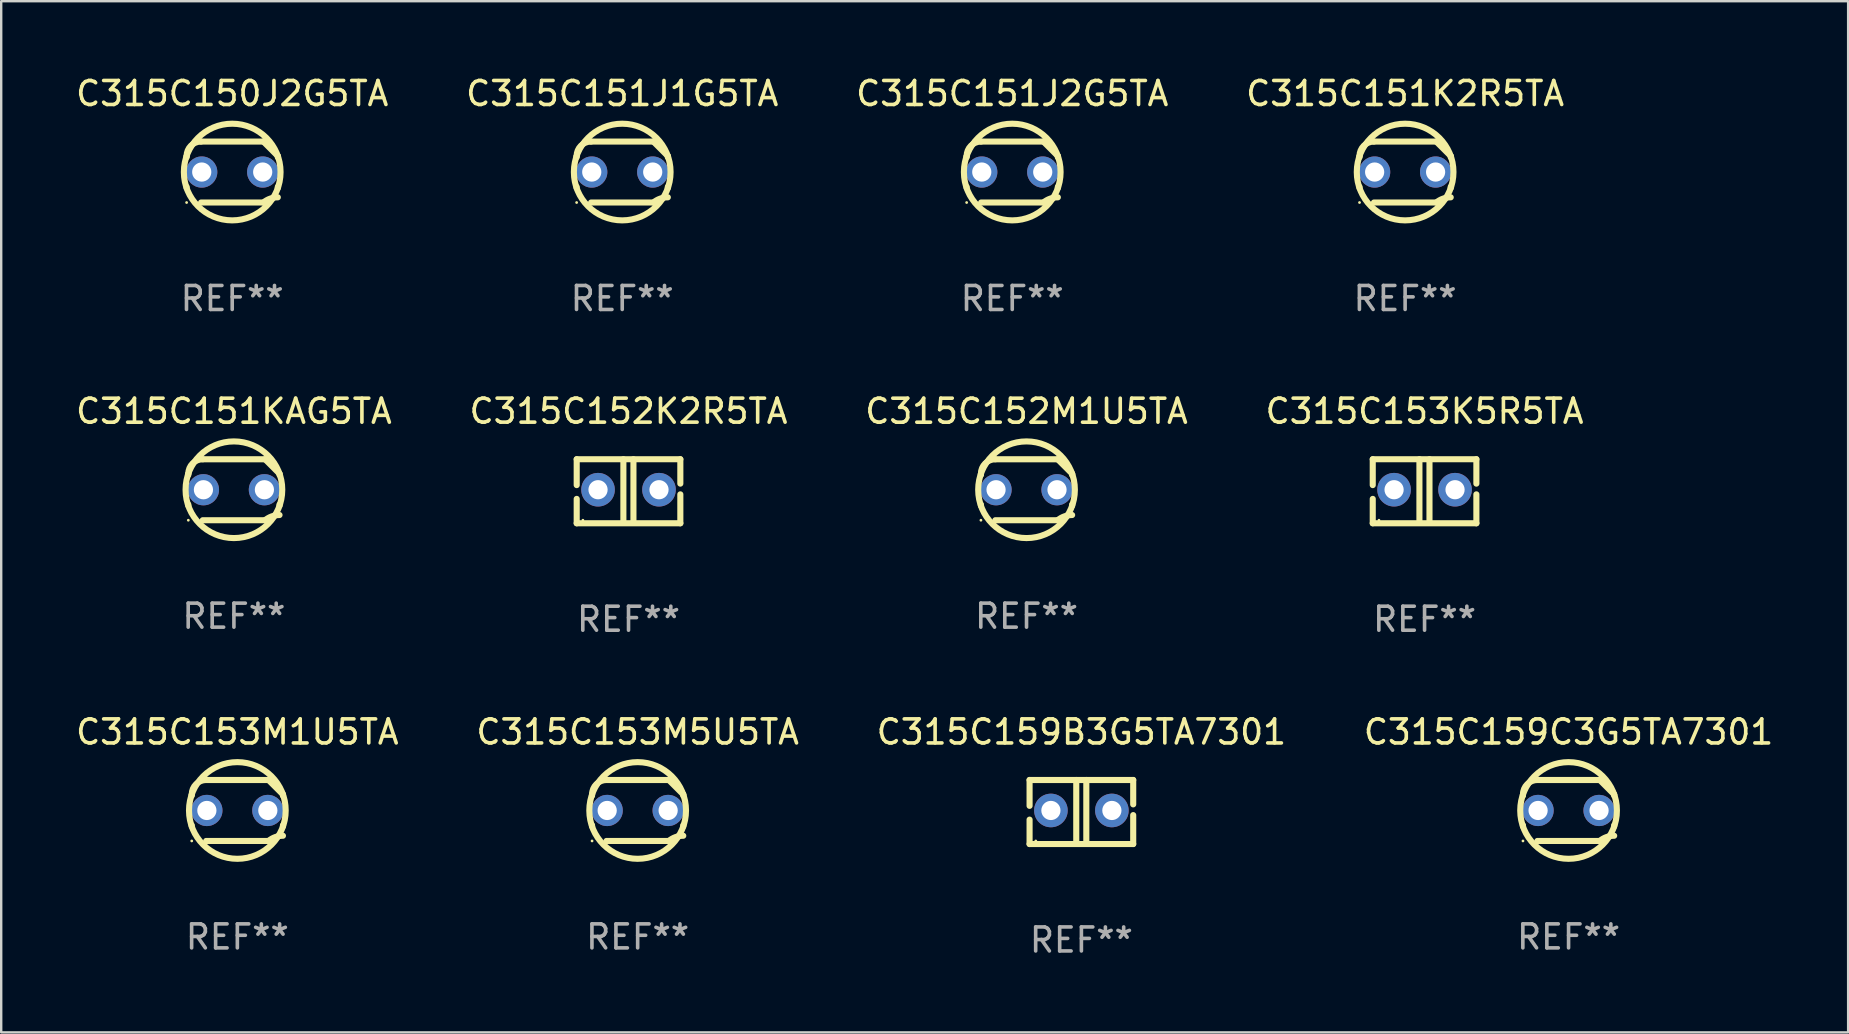
<source format=kicad_pcb>
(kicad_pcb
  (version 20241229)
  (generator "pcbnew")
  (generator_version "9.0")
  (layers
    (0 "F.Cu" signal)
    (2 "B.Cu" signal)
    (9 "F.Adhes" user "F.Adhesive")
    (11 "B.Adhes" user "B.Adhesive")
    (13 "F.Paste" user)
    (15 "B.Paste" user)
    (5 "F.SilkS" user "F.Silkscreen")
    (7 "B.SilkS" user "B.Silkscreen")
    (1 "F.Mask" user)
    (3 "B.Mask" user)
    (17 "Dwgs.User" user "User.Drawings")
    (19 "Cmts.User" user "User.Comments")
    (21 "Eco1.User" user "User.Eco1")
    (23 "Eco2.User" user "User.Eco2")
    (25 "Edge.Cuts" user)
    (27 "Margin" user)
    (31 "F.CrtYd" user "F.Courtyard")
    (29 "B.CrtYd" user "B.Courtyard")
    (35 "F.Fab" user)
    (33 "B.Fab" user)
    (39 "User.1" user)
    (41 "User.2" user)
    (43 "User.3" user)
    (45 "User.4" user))
  (footprint "C315C152K2R5TA"
    (layer "F.Cu")
    (at 23.137 17.418)
    (property "Reference" "C315C152K2R5TA" (at 0 -3.334 0) (layer "F.SilkS") (effects (font (size 1 1) (thickness 0.15))))
    (attr through_hole)
    (fp_line (start -2.159 -1.334) (end 2.159 -1.334) (stroke (width 0.254) (type solid)) (layer "F.SilkS"))
    (fp_line (start -2.159 -0.256) (end -2.159 -1.334) (stroke (width 0.254) (type solid)) (layer "F.SilkS"))
    (fp_line (start -2.159 1.334) (end -2.159 0.318) (stroke (width 0.254) (type solid)) (layer "F.SilkS"))
    (fp_line (start -0.214 -1.334) (end -0.214 1.207) (stroke (width 0.254) (type solid)) (layer "F.SilkS"))
    (fp_line (start 0.205 -1.334) (end 0.205 1.207) (stroke (width 0.254) (type solid)) (layer "F.SilkS"))
    (fp_line (start 2.159 -1.334) (end 2.159 -0.318) (stroke (width 0.254) (type solid)) (layer "F.SilkS"))
    (fp_line (start 2.159 0.129) (end 2.159 1.334) (stroke (width 0.254) (type solid)) (layer "F.SilkS"))
    (fp_line (start 2.159 1.334) (end -2.159 1.334) (stroke (width 0.254) (type solid)) (layer "F.SilkS"))
    (fp_circle (center -1.9 1.207) (end -1.87 1.207) (stroke (width 0.06) (type solid)) (fill no) (layer "F.SilkS"))
    (fp_text user "REF**" (at 0 5.334 0) (layer "F.Fab") (effects (font (size 1 1) (thickness 0.15))))
    (pad "1" thru_hole circle (at -1.27 -0.064) (size 1.4 1.4) (drill 0.8) (layers "*.Cu" "*.Mask"))
    (pad "2" thru_hole circle (at 1.27 -0.064) (size 1.4 1.4) (drill 0.8) (layers "*.Cu" "*.Mask")))
  (footprint "C315C152M1U5TA"
    (layer "F.Cu")
    (at 39.72 17.355)
    (property "Reference" "C315C152M1U5TA" (at 0 -3.27 0) (layer "F.SilkS") (effects (font (size 1 1) (thickness 0.15))))
    (attr through_hole)
    (fp_line (start -1.9 -0.615) (end -1.9 -0.668) (stroke (width 0.254) (type solid)) (layer "F.SilkS"))
    (fp_line (start -1.9 0.668) (end -1.9 0.615) (stroke (width 0.254) (type solid)) (layer "F.SilkS"))
    (fp_line (start -1.298 1.27) (end 1.298 1.27) (stroke (width 0.254) (type solid)) (layer "F.SilkS"))
    (fp_line (start -1.298 -1.27) (end 1.298 -1.27) (stroke (width 0.254) (type solid)) (layer "F.SilkS"))
    (fp_line (start 1.9 -0.668) (end 1.9 -0.615) (stroke (width 0.254) (type solid)) (layer "F.SilkS"))
    (fp_line (start 1.9 0.615) (end 1.9 0.668) (stroke (width 0.254) (type solid)) (layer "F.SilkS"))
    (fp_arc (start -1.900025 0.667602) (mid 1.900003 -0.66758) (end -1.900025 0.667602) (stroke (width 0.254001) (type solid)) (layer "F.SilkS"))
    (fp_arc (start -1.9 -0.667602) (mid -1.723557 -1.093572) (end -1.297587 -1.270015) (stroke (width 0.254001) (type solid)) (layer "F.SilkS"))
    (fp_arc (start 1.297587 1.26999) (mid 1.579878 1.109027) (end 1.9 1.053172) (stroke (width 0.254001) (type solid)) (layer "F.SilkS"))
    (fp_arc (start 1.297611 -1.270042) (mid 1.598991 -0.969008) (end 1.900025 -0.667628) (stroke (width 0.254001) (type solid)) (layer "F.SilkS"))
    (fp_circle (center -1.9 1.27) (end -1.87 1.27) (stroke (width 0.06) (type solid)) (fill no) (layer "F.SilkS"))
    (fp_text user "REF**" (at 0 5.27 0) (layer "F.Fab") (effects (font (size 1 1) (thickness 0.15))))
    (pad "1" thru_hole circle (at -1.27 -0.000013) (size 1.3 1.3) (drill 0.8) (layers "*.Cu" "*.Mask"))
    (pad "2" thru_hole circle (at 1.27 -0.000013) (size 1.3 1.3) (drill 0.8) (layers "*.Cu" "*.Mask")))
  (footprint "C315C151J2G5TA"
    (layer "F.Cu")
    (at 39.125 4.118)
    (property "Reference" "C315C151J2G5TA" (at 0 -3.27 0) (layer "F.SilkS") (effects (font (size 1 1) (thickness 0.15))))
    (attr through_hole)
    (fp_line (start -1.9 -0.615) (end -1.9 -0.668) (stroke (width 0.254) (type solid)) (layer "F.SilkS"))
    (fp_line (start -1.9 0.668) (end -1.9 0.615) (stroke (width 0.254) (type solid)) (layer "F.SilkS"))
    (fp_line (start -1.298 1.27) (end 1.298 1.27) (stroke (width 0.254) (type solid)) (layer "F.SilkS"))
    (fp_line (start -1.298 -1.27) (end 1.298 -1.27) (stroke (width 0.254) (type solid)) (layer "F.SilkS"))
    (fp_line (start 1.9 -0.668) (end 1.9 -0.615) (stroke (width 0.254) (type solid)) (layer "F.SilkS"))
    (fp_line (start 1.9 0.615) (end 1.9 0.668) (stroke (width 0.254) (type solid)) (layer "F.SilkS"))
    (fp_arc (start -1.900025 0.667602) (mid 1.900003 -0.66758) (end -1.900025 0.667602) (stroke (width 0.254001) (type solid)) (layer "F.SilkS"))
    (fp_arc (start -1.9 -0.667602) (mid -1.723557 -1.093572) (end -1.297587 -1.270015) (stroke (width 0.254001) (type solid)) (layer "F.SilkS"))
    (fp_arc (start 1.297587 1.26999) (mid 1.579878 1.109027) (end 1.9 1.053172) (stroke (width 0.254001) (type solid)) (layer "F.SilkS"))
    (fp_arc (start 1.297611 -1.270042) (mid 1.598991 -0.969008) (end 1.900025 -0.667628) (stroke (width 0.254001) (type solid)) (layer "F.SilkS"))
    (fp_circle (center -1.9 1.27) (end -1.87 1.27) (stroke (width 0.06) (type solid)) (fill no) (layer "F.SilkS"))
    (fp_text user "REF**" (at 0 5.27 0) (layer "F.Fab") (effects (font (size 1 1) (thickness 0.15))))
    (pad "1" thru_hole circle (at -1.27 -0.000013) (size 1.3 1.3) (drill 0.8) (layers "*.Cu" "*.Mask"))
    (pad "2" thru_hole circle (at 1.27 -0.000013) (size 1.3 1.3) (drill 0.8) (layers "*.Cu" "*.Mask")))
  (footprint "C315C151KAG5TA"
    (layer "F.Cu")
    (at 6.696 17.355)
    (property "Reference" "C315C151KAG5TA" (at 0 -3.27 0) (layer "F.SilkS") (effects (font (size 1 1) (thickness 0.15))))
    (attr through_hole)
    (fp_line (start -1.9 -0.615) (end -1.9 -0.668) (stroke (width 0.254) (type solid)) (layer "F.SilkS"))
    (fp_line (start -1.9 0.668) (end -1.9 0.615) (stroke (width 0.254) (type solid)) (layer "F.SilkS"))
    (fp_line (start -1.298 1.27) (end 1.298 1.27) (stroke (width 0.254) (type solid)) (layer "F.SilkS"))
    (fp_line (start -1.298 -1.27) (end 1.298 -1.27) (stroke (width 0.254) (type solid)) (layer "F.SilkS"))
    (fp_line (start 1.9 -0.668) (end 1.9 -0.615) (stroke (width 0.254) (type solid)) (layer "F.SilkS"))
    (fp_line (start 1.9 0.615) (end 1.9 0.668) (stroke (width 0.254) (type solid)) (layer "F.SilkS"))
    (fp_arc (start -1.900025 0.667602) (mid 1.900003 -0.66758) (end -1.900025 0.667602) (stroke (width 0.254001) (type solid)) (layer "F.SilkS"))
    (fp_arc (start -1.9 -0.667602) (mid -1.723557 -1.093572) (end -1.297587 -1.270015) (stroke (width 0.254001) (type solid)) (layer "F.SilkS"))
    (fp_arc (start 1.297587 1.26999) (mid 1.579878 1.109027) (end 1.9 1.053172) (stroke (width 0.254001) (type solid)) (layer "F.SilkS"))
    (fp_arc (start 1.297611 -1.270042) (mid 1.598991 -0.969008) (end 1.900025 -0.667628) (stroke (width 0.254001) (type solid)) (layer "F.SilkS"))
    (fp_circle (center -1.9 1.27) (end -1.87 1.27) (stroke (width 0.06) (type solid)) (fill no) (layer "F.SilkS"))
    (fp_text user "REF**" (at 0 5.27 0) (layer "F.Fab") (effects (font (size 1 1) (thickness 0.15))))
    (pad "1" thru_hole circle (at -1.27 -0.000013) (size 1.3 1.3) (drill 0.8) (layers "*.Cu" "*.Mask"))
    (pad "2" thru_hole circle (at 1.27 -0.000013) (size 1.3 1.3) (drill 0.8) (layers "*.Cu" "*.Mask")))
  (footprint "C315C150J2G5TA"
    (layer "F.Cu")
    (at 6.625 4.118)
    (property "Reference" "C315C150J2G5TA" (at 0 -3.27 0) (layer "F.SilkS") (effects (font (size 1 1) (thickness 0.15))))
    (attr through_hole)
    (fp_line (start -1.9 -0.615) (end -1.9 -0.668) (stroke (width 0.254) (type solid)) (layer "F.SilkS"))
    (fp_line (start -1.9 0.668) (end -1.9 0.615) (stroke (width 0.254) (type solid)) (layer "F.SilkS"))
    (fp_line (start -1.298 1.27) (end 1.298 1.27) (stroke (width 0.254) (type solid)) (layer "F.SilkS"))
    (fp_line (start -1.298 -1.27) (end 1.298 -1.27) (stroke (width 0.254) (type solid)) (layer "F.SilkS"))
    (fp_line (start 1.9 -0.668) (end 1.9 -0.615) (stroke (width 0.254) (type solid)) (layer "F.SilkS"))
    (fp_line (start 1.9 0.615) (end 1.9 0.668) (stroke (width 0.254) (type solid)) (layer "F.SilkS"))
    (fp_arc (start -1.900025 0.667602) (mid 1.900003 -0.66758) (end -1.900025 0.667602) (stroke (width 0.254001) (type solid)) (layer "F.SilkS"))
    (fp_arc (start -1.9 -0.667602) (mid -1.723557 -1.093572) (end -1.297587 -1.270015) (stroke (width 0.254001) (type solid)) (layer "F.SilkS"))
    (fp_arc (start 1.297587 1.26999) (mid 1.579878 1.109027) (end 1.9 1.053172) (stroke (width 0.254001) (type solid)) (layer "F.SilkS"))
    (fp_arc (start 1.297611 -1.270042) (mid 1.598991 -0.969008) (end 1.900025 -0.667628) (stroke (width 0.254001) (type solid)) (layer "F.SilkS"))
    (fp_circle (center -1.9 1.27) (end -1.87 1.27) (stroke (width 0.06) (type solid)) (fill no) (layer "F.SilkS"))
    (fp_text user "REF**" (at 0 5.27 0) (layer "F.Fab") (effects (font (size 1 1) (thickness 0.15))))
    (pad "1" thru_hole circle (at -1.27 -0.000013) (size 1.3 1.3) (drill 0.8) (layers "*.Cu" "*.Mask"))
    (pad "2" thru_hole circle (at 1.27 -0.000013) (size 1.3 1.3) (drill 0.8) (layers "*.Cu" "*.Mask")))
  (footprint "C315C153K5R5TA"
    (layer "F.Cu")
    (at 56.304 17.418)
    (property "Reference" "C315C153K5R5TA" (at 0 -3.334 0) (layer "F.SilkS") (effects (font (size 1 1) (thickness 0.15))))
    (attr through_hole)
    (fp_line (start -2.159 -1.334) (end 2.159 -1.334) (stroke (width 0.254) (type solid)) (layer "F.SilkS"))
    (fp_line (start -2.159 -0.256) (end -2.159 -1.334) (stroke (width 0.254) (type solid)) (layer "F.SilkS"))
    (fp_line (start -2.159 1.334) (end -2.159 0.318) (stroke (width 0.254) (type solid)) (layer "F.SilkS"))
    (fp_line (start -0.214 -1.334) (end -0.214 1.207) (stroke (width 0.254) (type solid)) (layer "F.SilkS"))
    (fp_line (start 0.205 -1.334) (end 0.205 1.207) (stroke (width 0.254) (type solid)) (layer "F.SilkS"))
    (fp_line (start 2.159 -1.334) (end 2.159 -0.318) (stroke (width 0.254) (type solid)) (layer "F.SilkS"))
    (fp_line (start 2.159 0.129) (end 2.159 1.334) (stroke (width 0.254) (type solid)) (layer "F.SilkS"))
    (fp_line (start 2.159 1.334) (end -2.159 1.334) (stroke (width 0.254) (type solid)) (layer "F.SilkS"))
    (fp_circle (center -1.9 1.207) (end -1.87 1.207) (stroke (width 0.06) (type solid)) (fill no) (layer "F.SilkS"))
    (fp_text user "REF**" (at 0 5.334 0) (layer "F.Fab") (effects (font (size 1 1) (thickness 0.15))))
    (pad "1" thru_hole circle (at -1.27 -0.064) (size 1.4 1.4) (drill 0.8) (layers "*.Cu" "*.Mask"))
    (pad "2" thru_hole circle (at 1.27 -0.064) (size 1.4 1.4) (drill 0.8) (layers "*.Cu" "*.Mask")))
  (footprint "C315C159C3G5TA7301"
    (layer "F.Cu")
    (at 62.304 30.718)
    (property "Reference" "C315C159C3G5TA7301" (at 0 -3.27 0) (layer "F.SilkS") (effects (font (size 1 1) (thickness 0.15))))
    (attr through_hole)
    (fp_line (start -1.9 -0.615) (end -1.9 -0.668) (stroke (width 0.254) (type solid)) (layer "F.SilkS"))
    (fp_line (start -1.9 0.668) (end -1.9 0.615) (stroke (width 0.254) (type solid)) (layer "F.SilkS"))
    (fp_line (start -1.298 1.27) (end 1.298 1.27) (stroke (width 0.254) (type solid)) (layer "F.SilkS"))
    (fp_line (start -1.298 -1.27) (end 1.298 -1.27) (stroke (width 0.254) (type solid)) (layer "F.SilkS"))
    (fp_line (start 1.9 -0.668) (end 1.9 -0.615) (stroke (width 0.254) (type solid)) (layer "F.SilkS"))
    (fp_line (start 1.9 0.615) (end 1.9 0.668) (stroke (width 0.254) (type solid)) (layer "F.SilkS"))
    (fp_arc (start -1.900025 0.667602) (mid 1.900003 -0.66758) (end -1.900025 0.667602) (stroke (width 0.254001) (type solid)) (layer "F.SilkS"))
    (fp_arc (start -1.9 -0.667602) (mid -1.723557 -1.093572) (end -1.297587 -1.270015) (stroke (width 0.254001) (type solid)) (layer "F.SilkS"))
    (fp_arc (start 1.297587 1.26999) (mid 1.579878 1.109027) (end 1.9 1.053172) (stroke (width 0.254001) (type solid)) (layer "F.SilkS"))
    (fp_arc (start 1.297611 -1.270042) (mid 1.598991 -0.969008) (end 1.900025 -0.667628) (stroke (width 0.254001) (type solid)) (layer "F.SilkS"))
    (fp_circle (center -1.9 1.27) (end -1.87 1.27) (stroke (width 0.06) (type solid)) (fill no) (layer "F.SilkS"))
    (fp_text user "REF**" (at 0 5.27 0) (layer "F.Fab") (effects (font (size 1 1) (thickness 0.15))))
    (pad "1" thru_hole circle (at -1.27 -0.000013) (size 1.3 1.3) (drill 0.8) (layers "*.Cu" "*.Mask"))
    (pad "2" thru_hole circle (at 1.27 -0.000013) (size 1.3 1.3) (drill 0.8) (layers "*.Cu" "*.Mask")))
  (footprint "C315C151K2R5TA"
    (layer "F.Cu")
    (at 55.494 4.118)
    (property "Reference" "C315C151K2R5TA" (at 0 -3.27 0) (layer "F.SilkS") (effects (font (size 1 1) (thickness 0.15))))
    (attr through_hole)
    (fp_line (start -1.9 -0.615) (end -1.9 -0.668) (stroke (width 0.254) (type solid)) (layer "F.SilkS"))
    (fp_line (start -1.9 0.668) (end -1.9 0.615) (stroke (width 0.254) (type solid)) (layer "F.SilkS"))
    (fp_line (start -1.298 1.27) (end 1.298 1.27) (stroke (width 0.254) (type solid)) (layer "F.SilkS"))
    (fp_line (start -1.298 -1.27) (end 1.298 -1.27) (stroke (width 0.254) (type solid)) (layer "F.SilkS"))
    (fp_line (start 1.9 -0.668) (end 1.9 -0.615) (stroke (width 0.254) (type solid)) (layer "F.SilkS"))
    (fp_line (start 1.9 0.615) (end 1.9 0.668) (stroke (width 0.254) (type solid)) (layer "F.SilkS"))
    (fp_arc (start -1.900025 0.667602) (mid 1.900003 -0.66758) (end -1.900025 0.667602) (stroke (width 0.254001) (type solid)) (layer "F.SilkS"))
    (fp_arc (start -1.9 -0.667602) (mid -1.723557 -1.093572) (end -1.297587 -1.270015) (stroke (width 0.254001) (type solid)) (layer "F.SilkS"))
    (fp_arc (start 1.297587 1.26999) (mid 1.579878 1.109027) (end 1.9 1.053172) (stroke (width 0.254001) (type solid)) (layer "F.SilkS"))
    (fp_arc (start 1.297611 -1.270042) (mid 1.598991 -0.969008) (end 1.900025 -0.667628) (stroke (width 0.254001) (type solid)) (layer "F.SilkS"))
    (fp_circle (center -1.9 1.27) (end -1.87 1.27) (stroke (width 0.06) (type solid)) (fill no) (layer "F.SilkS"))
    (fp_text user "REF**" (at 0 5.27 0) (layer "F.Fab") (effects (font (size 1 1) (thickness 0.15))))
    (pad "1" thru_hole circle (at -1.27 -0.000013) (size 1.3 1.3) (drill 0.8) (layers "*.Cu" "*.Mask"))
    (pad "2" thru_hole circle (at 1.27 -0.000013) (size 1.3 1.3) (drill 0.8) (layers "*.Cu" "*.Mask")))
  (footprint "C315C159B3G5TA7301"
    (layer "F.Cu")
    (at 42.006 30.782)
    (property "Reference" "C315C159B3G5TA7301" (at 0 -3.334 0) (layer "F.SilkS") (effects (font (size 1 1) (thickness 0.15))))
    (attr through_hole)
    (fp_line (start -2.159 -1.334) (end 2.159 -1.334) (stroke (width 0.254) (type solid)) (layer "F.SilkS"))
    (fp_line (start -2.159 -0.256) (end -2.159 -1.334) (stroke (width 0.254) (type solid)) (layer "F.SilkS"))
    (fp_line (start -2.159 1.334) (end -2.159 0.318) (stroke (width 0.254) (type solid)) (layer "F.SilkS"))
    (fp_line (start -0.214 -1.334) (end -0.214 1.207) (stroke (width 0.254) (type solid)) (layer "F.SilkS"))
    (fp_line (start 0.205 -1.334) (end 0.205 1.207) (stroke (width 0.254) (type solid)) (layer "F.SilkS"))
    (fp_line (start 2.159 -1.334) (end 2.159 -0.318) (stroke (width 0.254) (type solid)) (layer "F.SilkS"))
    (fp_line (start 2.159 0.129) (end 2.159 1.334) (stroke (width 0.254) (type solid)) (layer "F.SilkS"))
    (fp_line (start 2.159 1.334) (end -2.159 1.334) (stroke (width 0.254) (type solid)) (layer "F.SilkS"))
    (fp_circle (center -1.9 1.207) (end -1.87 1.207) (stroke (width 0.06) (type solid)) (fill no) (layer "F.SilkS"))
    (fp_text user "REF**" (at 0 5.334 0) (layer "F.Fab") (effects (font (size 1 1) (thickness 0.15))))
    (pad "1" thru_hole circle (at -1.27 -0.064) (size 1.4 1.4) (drill 0.8) (layers "*.Cu" "*.Mask"))
    (pad "2" thru_hole circle (at 1.27 -0.064) (size 1.4 1.4) (drill 0.8) (layers "*.Cu" "*.Mask")))
  (footprint "C315C153M5U5TA"
    (layer "F.Cu")
    (at 23.518 30.718)
    (property "Reference" "C315C153M5U5TA" (at 0 -3.27 0) (layer "F.SilkS") (effects (font (size 1 1) (thickness 0.15))))
    (attr through_hole)
    (fp_line (start -1.9 -0.615) (end -1.9 -0.668) (stroke (width 0.254) (type solid)) (layer "F.SilkS"))
    (fp_line (start -1.9 0.668) (end -1.9 0.615) (stroke (width 0.254) (type solid)) (layer "F.SilkS"))
    (fp_line (start -1.298 1.27) (end 1.298 1.27) (stroke (width 0.254) (type solid)) (layer "F.SilkS"))
    (fp_line (start -1.298 -1.27) (end 1.298 -1.27) (stroke (width 0.254) (type solid)) (layer "F.SilkS"))
    (fp_line (start 1.9 -0.668) (end 1.9 -0.615) (stroke (width 0.254) (type solid)) (layer "F.SilkS"))
    (fp_line (start 1.9 0.615) (end 1.9 0.668) (stroke (width 0.254) (type solid)) (layer "F.SilkS"))
    (fp_arc (start -1.900025 0.667602) (mid 1.900003 -0.66758) (end -1.900025 0.667602) (stroke (width 0.254001) (type solid)) (layer "F.SilkS"))
    (fp_arc (start -1.9 -0.667602) (mid -1.723557 -1.093572) (end -1.297587 -1.270015) (stroke (width 0.254001) (type solid)) (layer "F.SilkS"))
    (fp_arc (start 1.297587 1.26999) (mid 1.579878 1.109027) (end 1.9 1.053172) (stroke (width 0.254001) (type solid)) (layer "F.SilkS"))
    (fp_arc (start 1.297611 -1.270042) (mid 1.598991 -0.969008) (end 1.900025 -0.667628) (stroke (width 0.254001) (type solid)) (layer "F.SilkS"))
    (fp_circle (center -1.9 1.27) (end -1.87 1.27) (stroke (width 0.06) (type solid)) (fill no) (layer "F.SilkS"))
    (fp_text user "REF**" (at 0 5.27 0) (layer "F.Fab") (effects (font (size 1 1) (thickness 0.15))))
    (pad "1" thru_hole circle (at -1.27 -0.000013) (size 1.3 1.3) (drill 0.8) (layers "*.Cu" "*.Mask"))
    (pad "2" thru_hole circle (at 1.27 -0.000013) (size 1.3 1.3) (drill 0.8) (layers "*.Cu" "*.Mask")))
  (footprint "C315C153M1U5TA"
    (layer "F.Cu")
    (at 6.839 30.718)
    (property "Reference" "C315C153M1U5TA" (at 0 -3.27 0) (layer "F.SilkS") (effects (font (size 1 1) (thickness 0.15))))
    (attr through_hole)
    (fp_line (start -1.9 -0.615) (end -1.9 -0.668) (stroke (width 0.254) (type solid)) (layer "F.SilkS"))
    (fp_line (start -1.9 0.668) (end -1.9 0.615) (stroke (width 0.254) (type solid)) (layer "F.SilkS"))
    (fp_line (start -1.298 1.27) (end 1.298 1.27) (stroke (width 0.254) (type solid)) (layer "F.SilkS"))
    (fp_line (start -1.298 -1.27) (end 1.298 -1.27) (stroke (width 0.254) (type solid)) (layer "F.SilkS"))
    (fp_line (start 1.9 -0.668) (end 1.9 -0.615) (stroke (width 0.254) (type solid)) (layer "F.SilkS"))
    (fp_line (start 1.9 0.615) (end 1.9 0.668) (stroke (width 0.254) (type solid)) (layer "F.SilkS"))
    (fp_arc (start -1.900025 0.667602) (mid 1.900003 -0.66758) (end -1.900025 0.667602) (stroke (width 0.254001) (type solid)) (layer "F.SilkS"))
    (fp_arc (start -1.9 -0.667602) (mid -1.723557 -1.093572) (end -1.297587 -1.270015) (stroke (width 0.254001) (type solid)) (layer "F.SilkS"))
    (fp_arc (start 1.297587 1.26999) (mid 1.579878 1.109027) (end 1.9 1.053172) (stroke (width 0.254001) (type solid)) (layer "F.SilkS"))
    (fp_arc (start 1.297611 -1.270042) (mid 1.598991 -0.969008) (end 1.900025 -0.667628) (stroke (width 0.254001) (type solid)) (layer "F.SilkS"))
    (fp_circle (center -1.9 1.27) (end -1.87 1.27) (stroke (width 0.06) (type solid)) (fill no) (layer "F.SilkS"))
    (fp_text user "REF**" (at 0 5.27 0) (layer "F.Fab") (effects (font (size 1 1) (thickness 0.15))))
    (pad "1" thru_hole circle (at -1.27 -0.000013) (size 1.3 1.3) (drill 0.8) (layers "*.Cu" "*.Mask"))
    (pad "2" thru_hole circle (at 1.27 -0.000013) (size 1.3 1.3) (drill 0.8) (layers "*.Cu" "*.Mask")))
  (footprint "C315C151J1G5TA"
    (layer "F.Cu")
    (at 22.875 4.118)
    (property "Reference" "C315C151J1G5TA" (at 0 -3.27 0) (layer "F.SilkS") (effects (font (size 1 1) (thickness 0.15))))
    (attr through_hole)
    (fp_line (start -1.9 -0.615) (end -1.9 -0.668) (stroke (width 0.254) (type solid)) (layer "F.SilkS"))
    (fp_line (start -1.9 0.668) (end -1.9 0.615) (stroke (width 0.254) (type solid)) (layer "F.SilkS"))
    (fp_line (start -1.298 1.27) (end 1.298 1.27) (stroke (width 0.254) (type solid)) (layer "F.SilkS"))
    (fp_line (start -1.298 -1.27) (end 1.298 -1.27) (stroke (width 0.254) (type solid)) (layer "F.SilkS"))
    (fp_line (start 1.9 -0.668) (end 1.9 -0.615) (stroke (width 0.254) (type solid)) (layer "F.SilkS"))
    (fp_line (start 1.9 0.615) (end 1.9 0.668) (stroke (width 0.254) (type solid)) (layer "F.SilkS"))
    (fp_arc (start -1.900025 0.667602) (mid 1.900003 -0.66758) (end -1.900025 0.667602) (stroke (width 0.254001) (type solid)) (layer "F.SilkS"))
    (fp_arc (start -1.9 -0.667602) (mid -1.723557 -1.093572) (end -1.297587 -1.270015) (stroke (width 0.254001) (type solid)) (layer "F.SilkS"))
    (fp_arc (start 1.297587 1.26999) (mid 1.579878 1.109027) (end 1.9 1.053172) (stroke (width 0.254001) (type solid)) (layer "F.SilkS"))
    (fp_arc (start 1.297611 -1.270042) (mid 1.598991 -0.969008) (end 1.900025 -0.667628) (stroke (width 0.254001) (type solid)) (layer "F.SilkS"))
    (fp_circle (center -1.9 1.27) (end -1.87 1.27) (stroke (width 0.06) (type solid)) (fill no) (layer "F.SilkS"))
    (fp_text user "REF**" (at 0 5.27 0) (layer "F.Fab") (effects (font (size 1 1) (thickness 0.15))))
    (pad "1" thru_hole circle (at -1.27 -0.000013) (size 1.3 1.3) (drill 0.8) (layers "*.Cu" "*.Mask"))
    (pad "2" thru_hole circle (at 1.27 -0.000013) (size 1.3 1.3) (drill 0.8) (layers "*.Cu" "*.Mask")))
  (gr_rect
    (start -3 -3)
    (end 73.952 39.964)
    (stroke (width 0.1) (type default))
    (fill no)
    (layer "Edge.Cuts")))
</source>
